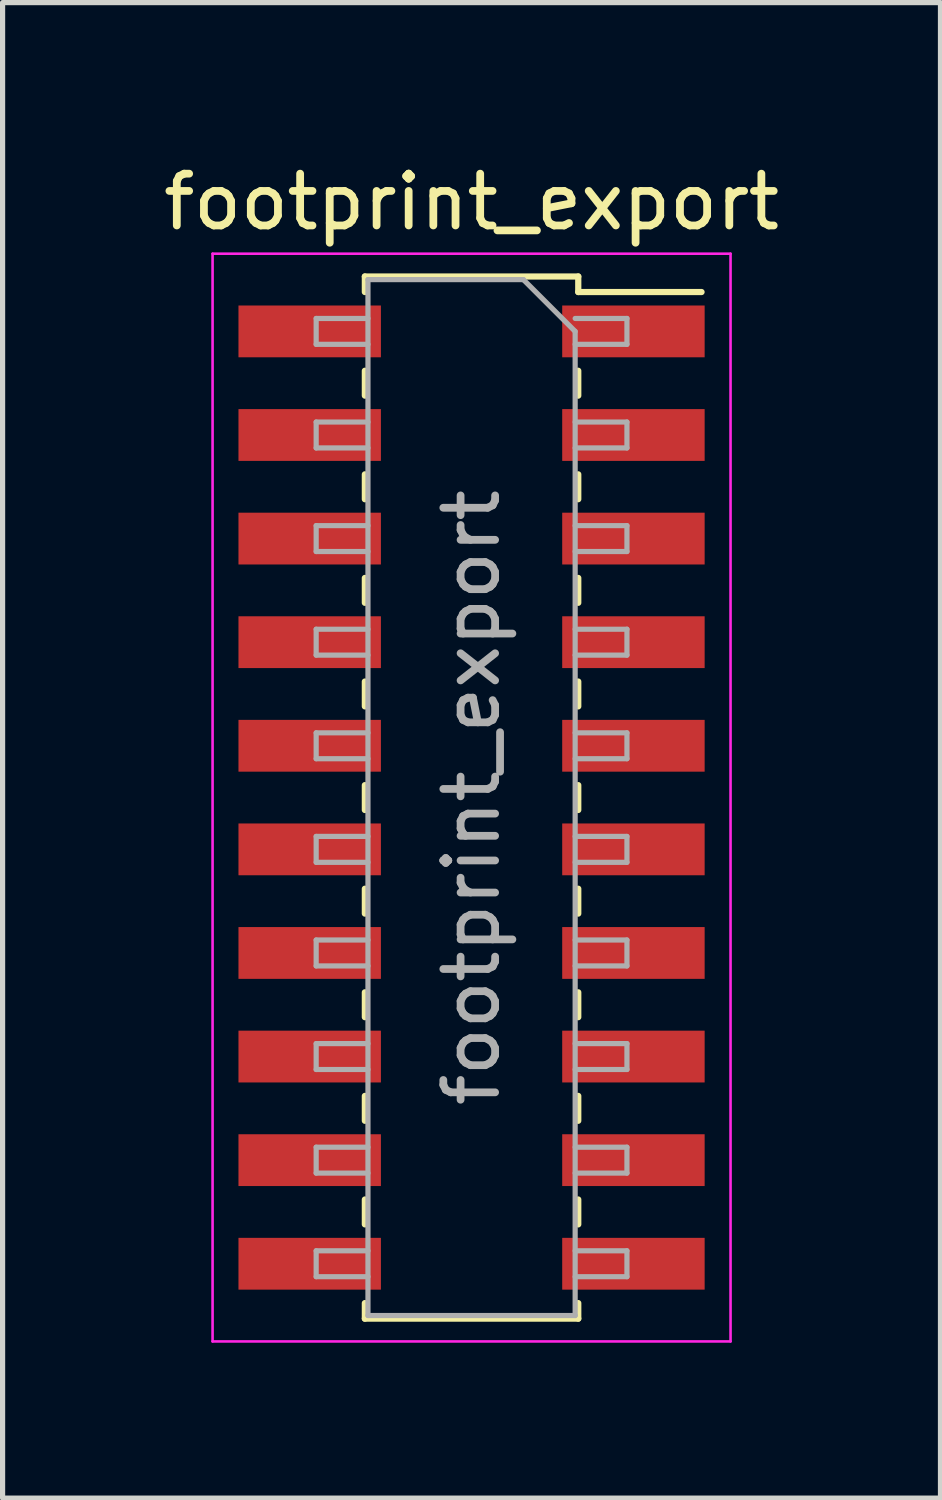
<source format=kicad_pcb>
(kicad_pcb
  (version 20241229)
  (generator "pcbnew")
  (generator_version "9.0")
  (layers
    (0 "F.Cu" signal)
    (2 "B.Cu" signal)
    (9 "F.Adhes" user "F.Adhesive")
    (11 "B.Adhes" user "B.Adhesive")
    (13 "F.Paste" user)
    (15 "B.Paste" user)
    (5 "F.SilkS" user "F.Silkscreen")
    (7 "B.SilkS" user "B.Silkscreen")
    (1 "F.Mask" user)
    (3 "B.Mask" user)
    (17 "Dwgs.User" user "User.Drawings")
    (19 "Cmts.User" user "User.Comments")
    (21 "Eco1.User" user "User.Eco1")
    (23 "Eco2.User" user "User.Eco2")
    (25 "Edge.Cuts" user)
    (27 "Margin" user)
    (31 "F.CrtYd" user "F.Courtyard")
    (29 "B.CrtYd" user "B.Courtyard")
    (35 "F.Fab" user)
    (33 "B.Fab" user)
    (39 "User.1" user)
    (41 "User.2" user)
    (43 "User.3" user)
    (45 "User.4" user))
  (footprint "footprint_export"
    (layer "F.Cu")
    (at 6.054 12.348)
    (property "Reference" "footprint_export" (at 0 -11.5 0) (layer "F.SilkS") (effects (font (size 1 1) (thickness 0.15))))
    (attr smd)
    (fp_line (start -2.06 -10.06) (end -2.06 -9.76) (stroke (width 0.12) (type solid)) (layer "F.SilkS"))
    (fp_line (start -2.06 -10.06) (end 2.06 -10.06) (stroke (width 0.12) (type solid)) (layer "F.SilkS"))
    (fp_line (start -2.06 -8.24) (end -2.06 -7.76) (stroke (width 0.12) (type solid)) (layer "F.SilkS"))
    (fp_line (start -2.06 -6.24) (end -2.06 -5.76) (stroke (width 0.12) (type solid)) (layer "F.SilkS"))
    (fp_line (start -2.06 -4.24) (end -2.06 -3.76) (stroke (width 0.12) (type solid)) (layer "F.SilkS"))
    (fp_line (start -2.06 -2.24) (end -2.06 -1.76) (stroke (width 0.12) (type solid)) (layer "F.SilkS"))
    (fp_line (start -2.06 -0.24) (end -2.06 0.24) (stroke (width 0.12) (type solid)) (layer "F.SilkS"))
    (fp_line (start -2.06 1.76) (end -2.06 2.24) (stroke (width 0.12) (type solid)) (layer "F.SilkS"))
    (fp_line (start -2.06 3.76) (end -2.06 4.24) (stroke (width 0.12) (type solid)) (layer "F.SilkS"))
    (fp_line (start -2.06 5.76) (end -2.06 6.24) (stroke (width 0.12) (type solid)) (layer "F.SilkS"))
    (fp_line (start -2.06 7.76) (end -2.06 8.24) (stroke (width 0.12) (type solid)) (layer "F.SilkS"))
    (fp_line (start -2.06 9.76) (end -2.06 10.06) (stroke (width 0.12) (type solid)) (layer "F.SilkS"))
    (fp_line (start -2.06 10.06) (end 2.06 10.06) (stroke (width 0.12) (type solid)) (layer "F.SilkS"))
    (fp_line (start 2.06 -10.06) (end 2.06 -9.76) (stroke (width 0.12) (type solid)) (layer "F.SilkS"))
    (fp_line (start 2.06 -9.76) (end 4.44 -9.76) (stroke (width 0.12) (type solid)) (layer "F.SilkS"))
    (fp_line (start 2.06 -8.24) (end 2.06 -7.76) (stroke (width 0.12) (type solid)) (layer "F.SilkS"))
    (fp_line (start 2.06 -6.24) (end 2.06 -5.76) (stroke (width 0.12) (type solid)) (layer "F.SilkS"))
    (fp_line (start 2.06 -4.24) (end 2.06 -3.76) (stroke (width 0.12) (type solid)) (layer "F.SilkS"))
    (fp_line (start 2.06 -2.24) (end 2.06 -1.76) (stroke (width 0.12) (type solid)) (layer "F.SilkS"))
    (fp_line (start 2.06 -0.24) (end 2.06 0.24) (stroke (width 0.12) (type solid)) (layer "F.SilkS"))
    (fp_line (start 2.06 1.76) (end 2.06 2.24) (stroke (width 0.12) (type solid)) (layer "F.SilkS"))
    (fp_line (start 2.06 3.76) (end 2.06 4.24) (stroke (width 0.12) (type solid)) (layer "F.SilkS"))
    (fp_line (start 2.06 5.76) (end 2.06 6.24) (stroke (width 0.12) (type solid)) (layer "F.SilkS"))
    (fp_line (start 2.06 7.76) (end 2.06 8.24) (stroke (width 0.12) (type solid)) (layer "F.SilkS"))
    (fp_line (start 2.06 9.76) (end 2.06 10.06) (stroke (width 0.12) (type solid)) (layer "F.SilkS"))
    (fp_line (start -5 -10.5) (end 5 -10.5) (stroke (width 0.05) (type solid)) (layer "F.CrtYd"))
    (fp_line (start -5 10.5) (end -5 -10.5) (stroke (width 0.05) (type solid)) (layer "F.CrtYd"))
    (fp_line (start 5 -10.5) (end 5 10.5) (stroke (width 0.05) (type solid)) (layer "F.CrtYd"))
    (fp_line (start 5 10.5) (end -5 10.5) (stroke (width 0.05) (type solid)) (layer "F.CrtYd"))
    (fp_line (start -3 -9.25) (end -2 -9.25) (stroke (width 0.1) (type solid)) (layer "F.Fab"))
    (fp_line (start -3 -8.75) (end -3 -9.25) (stroke (width 0.1) (type solid)) (layer "F.Fab"))
    (fp_line (start -3 -7.25) (end -2 -7.25) (stroke (width 0.1) (type solid)) (layer "F.Fab"))
    (fp_line (start -3 -6.75) (end -3 -7.25) (stroke (width 0.1) (type solid)) (layer "F.Fab"))
    (fp_line (start -3 -5.25) (end -2 -5.25) (stroke (width 0.1) (type solid)) (layer "F.Fab"))
    (fp_line (start -3 -4.75) (end -3 -5.25) (stroke (width 0.1) (type solid)) (layer "F.Fab"))
    (fp_line (start -3 -3.25) (end -2 -3.25) (stroke (width 0.1) (type solid)) (layer "F.Fab"))
    (fp_line (start -3 -2.75) (end -3 -3.25) (stroke (width 0.1) (type solid)) (layer "F.Fab"))
    (fp_line (start -3 -1.25) (end -2 -1.25) (stroke (width 0.1) (type solid)) (layer "F.Fab"))
    (fp_line (start -3 -0.75) (end -3 -1.25) (stroke (width 0.1) (type solid)) (layer "F.Fab"))
    (fp_line (start -3 0.75) (end -2 0.75) (stroke (width 0.1) (type solid)) (layer "F.Fab"))
    (fp_line (start -3 1.25) (end -3 0.75) (stroke (width 0.1) (type solid)) (layer "F.Fab"))
    (fp_line (start -3 2.75) (end -2 2.75) (stroke (width 0.1) (type solid)) (layer "F.Fab"))
    (fp_line (start -3 3.25) (end -3 2.75) (stroke (width 0.1) (type solid)) (layer "F.Fab"))
    (fp_line (start -3 4.75) (end -2 4.75) (stroke (width 0.1) (type solid)) (layer "F.Fab"))
    (fp_line (start -3 5.25) (end -3 4.75) (stroke (width 0.1) (type solid)) (layer "F.Fab"))
    (fp_line (start -3 6.75) (end -2 6.75) (stroke (width 0.1) (type solid)) (layer "F.Fab"))
    (fp_line (start -3 7.25) (end -3 6.75) (stroke (width 0.1) (type solid)) (layer "F.Fab"))
    (fp_line (start -3 8.75) (end -2 8.75) (stroke (width 0.1) (type solid)) (layer "F.Fab"))
    (fp_line (start -3 9.25) (end -3 8.75) (stroke (width 0.1) (type solid)) (layer "F.Fab"))
    (fp_line (start -2 -10) (end 1 -10) (stroke (width 0.1) (type solid)) (layer "F.Fab"))
    (fp_line (start -2 -8.75) (end -3 -8.75) (stroke (width 0.1) (type solid)) (layer "F.Fab"))
    (fp_line (start -2 -6.75) (end -3 -6.75) (stroke (width 0.1) (type solid)) (layer "F.Fab"))
    (fp_line (start -2 -4.75) (end -3 -4.75) (stroke (width 0.1) (type solid)) (layer "F.Fab"))
    (fp_line (start -2 -2.75) (end -3 -2.75) (stroke (width 0.1) (type solid)) (layer "F.Fab"))
    (fp_line (start -2 -0.75) (end -3 -0.75) (stroke (width 0.1) (type solid)) (layer "F.Fab"))
    (fp_line (start -2 1.25) (end -3 1.25) (stroke (width 0.1) (type solid)) (layer "F.Fab"))
    (fp_line (start -2 3.25) (end -3 3.25) (stroke (width 0.1) (type solid)) (layer "F.Fab"))
    (fp_line (start -2 5.25) (end -3 5.25) (stroke (width 0.1) (type solid)) (layer "F.Fab"))
    (fp_line (start -2 7.25) (end -3 7.25) (stroke (width 0.1) (type solid)) (layer "F.Fab"))
    (fp_line (start -2 9.25) (end -3 9.25) (stroke (width 0.1) (type solid)) (layer "F.Fab"))
    (fp_line (start -2 10) (end -2 -10) (stroke (width 0.1) (type solid)) (layer "F.Fab"))
    (fp_line (start 1 -10) (end 2 -9) (stroke (width 0.1) (type solid)) (layer "F.Fab"))
    (fp_line (start 2 -9.25) (end 3 -9.25) (stroke (width 0.1) (type solid)) (layer "F.Fab"))
    (fp_line (start 2 -9) (end 2 10) (stroke (width 0.1) (type solid)) (layer "F.Fab"))
    (fp_line (start 2 -7.25) (end 3 -7.25) (stroke (width 0.1) (type solid)) (layer "F.Fab"))
    (fp_line (start 2 -5.25) (end 3 -5.25) (stroke (width 0.1) (type solid)) (layer "F.Fab"))
    (fp_line (start 2 -3.25) (end 3 -3.25) (stroke (width 0.1) (type solid)) (layer "F.Fab"))
    (fp_line (start 2 -1.25) (end 3 -1.25) (stroke (width 0.1) (type solid)) (layer "F.Fab"))
    (fp_line (start 2 0.75) (end 3 0.75) (stroke (width 0.1) (type solid)) (layer "F.Fab"))
    (fp_line (start 2 2.75) (end 3 2.75) (stroke (width 0.1) (type solid)) (layer "F.Fab"))
    (fp_line (start 2 4.75) (end 3 4.75) (stroke (width 0.1) (type solid)) (layer "F.Fab"))
    (fp_line (start 2 6.75) (end 3 6.75) (stroke (width 0.1) (type solid)) (layer "F.Fab"))
    (fp_line (start 2 8.75) (end 3 8.75) (stroke (width 0.1) (type solid)) (layer "F.Fab"))
    (fp_line (start 2 10) (end -2 10) (stroke (width 0.1) (type solid)) (layer "F.Fab"))
    (fp_line (start 3 -9.25) (end 3 -8.75) (stroke (width 0.1) (type solid)) (layer "F.Fab"))
    (fp_line (start 3 -8.75) (end 2 -8.75) (stroke (width 0.1) (type solid)) (layer "F.Fab"))
    (fp_line (start 3 -7.25) (end 3 -6.75) (stroke (width 0.1) (type solid)) (layer "F.Fab"))
    (fp_line (start 3 -6.75) (end 2 -6.75) (stroke (width 0.1) (type solid)) (layer "F.Fab"))
    (fp_line (start 3 -5.25) (end 3 -4.75) (stroke (width 0.1) (type solid)) (layer "F.Fab"))
    (fp_line (start 3 -4.75) (end 2 -4.75) (stroke (width 0.1) (type solid)) (layer "F.Fab"))
    (fp_line (start 3 -3.25) (end 3 -2.75) (stroke (width 0.1) (type solid)) (layer "F.Fab"))
    (fp_line (start 3 -2.75) (end 2 -2.75) (stroke (width 0.1) (type solid)) (layer "F.Fab"))
    (fp_line (start 3 -1.25) (end 3 -0.75) (stroke (width 0.1) (type solid)) (layer "F.Fab"))
    (fp_line (start 3 -0.75) (end 2 -0.75) (stroke (width 0.1) (type solid)) (layer "F.Fab"))
    (fp_line (start 3 0.75) (end 3 1.25) (stroke (width 0.1) (type solid)) (layer "F.Fab"))
    (fp_line (start 3 1.25) (end 2 1.25) (stroke (width 0.1) (type solid)) (layer "F.Fab"))
    (fp_line (start 3 2.75) (end 3 3.25) (stroke (width 0.1) (type solid)) (layer "F.Fab"))
    (fp_line (start 3 3.25) (end 2 3.25) (stroke (width 0.1) (type solid)) (layer "F.Fab"))
    (fp_line (start 3 4.75) (end 3 5.25) (stroke (width 0.1) (type solid)) (layer "F.Fab"))
    (fp_line (start 3 5.25) (end 2 5.25) (stroke (width 0.1) (type solid)) (layer "F.Fab"))
    (fp_line (start 3 6.75) (end 3 7.25) (stroke (width 0.1) (type solid)) (layer "F.Fab"))
    (fp_line (start 3 7.25) (end 2 7.25) (stroke (width 0.1) (type solid)) (layer "F.Fab"))
    (fp_line (start 3 8.75) (end 3 9.25) (stroke (width 0.1) (type solid)) (layer "F.Fab"))
    (fp_line (start 3 9.25) (end 2 9.25) (stroke (width 0.1) (type solid)) (layer "F.Fab"))
    (fp_text user "${REFERENCE}" (at 0 0 90) (layer "F.Fab") (effects (font (size 1 1) (thickness 0.15))))
    (pad "1" smd rect (at 3.125 -9) (size 2.75 1) (layers "F.Cu" "F.Mask" "F.Paste"))
    (pad "2" smd rect (at -3.125 -9) (size 2.75 1) (layers "F.Cu" "F.Mask" "F.Paste"))
    (pad "3" smd rect (at 3.125 -7) (size 2.75 1) (layers "F.Cu" "F.Mask" "F.Paste"))
    (pad "4" smd rect (at -3.125 -7) (size 2.75 1) (layers "F.Cu" "F.Mask" "F.Paste"))
    (pad "5" smd rect (at 3.125 -5) (size 2.75 1) (layers "F.Cu" "F.Mask" "F.Paste"))
    (pad "6" smd rect (at -3.125 -5) (size 2.75 1) (layers "F.Cu" "F.Mask" "F.Paste"))
    (pad "7" smd rect (at 3.125 -3) (size 2.75 1) (layers "F.Cu" "F.Mask" "F.Paste"))
    (pad "8" smd rect (at -3.125 -3) (size 2.75 1) (layers "F.Cu" "F.Mask" "F.Paste"))
    (pad "9" smd rect (at 3.125 -1) (size 2.75 1) (layers "F.Cu" "F.Mask" "F.Paste"))
    (pad "10" smd rect (at -3.125 -1) (size 2.75 1) (layers "F.Cu" "F.Mask" "F.Paste"))
    (pad "11" smd rect (at 3.125 1) (size 2.75 1) (layers "F.Cu" "F.Mask" "F.Paste"))
    (pad "12" smd rect (at -3.125 1) (size 2.75 1) (layers "F.Cu" "F.Mask" "F.Paste"))
    (pad "13" smd rect (at 3.125 3) (size 2.75 1) (layers "F.Cu" "F.Mask" "F.Paste"))
    (pad "14" smd rect (at -3.125 3) (size 2.75 1) (layers "F.Cu" "F.Mask" "F.Paste"))
    (pad "15" smd rect (at 3.125 5) (size 2.75 1) (layers "F.Cu" "F.Mask" "F.Paste"))
    (pad "16" smd rect (at -3.125 5) (size 2.75 1) (layers "F.Cu" "F.Mask" "F.Paste"))
    (pad "17" smd rect (at 3.125 7) (size 2.75 1) (layers "F.Cu" "F.Mask" "F.Paste"))
    (pad "18" smd rect (at -3.125 7) (size 2.75 1) (layers "F.Cu" "F.Mask" "F.Paste"))
    (pad "19" smd rect (at 3.125 9) (size 2.75 1) (layers "F.Cu" "F.Mask" "F.Paste"))
    (pad "20" smd rect (at -3.125 9) (size 2.75 1) (layers "F.Cu" "F.Mask" "F.Paste")))
  (gr_rect
    (start -3 -3)
    (end 15.107 25.873)
    (stroke (width 0.1) (type default))
    (fill no)
    (layer "Edge.Cuts")))
</source>
